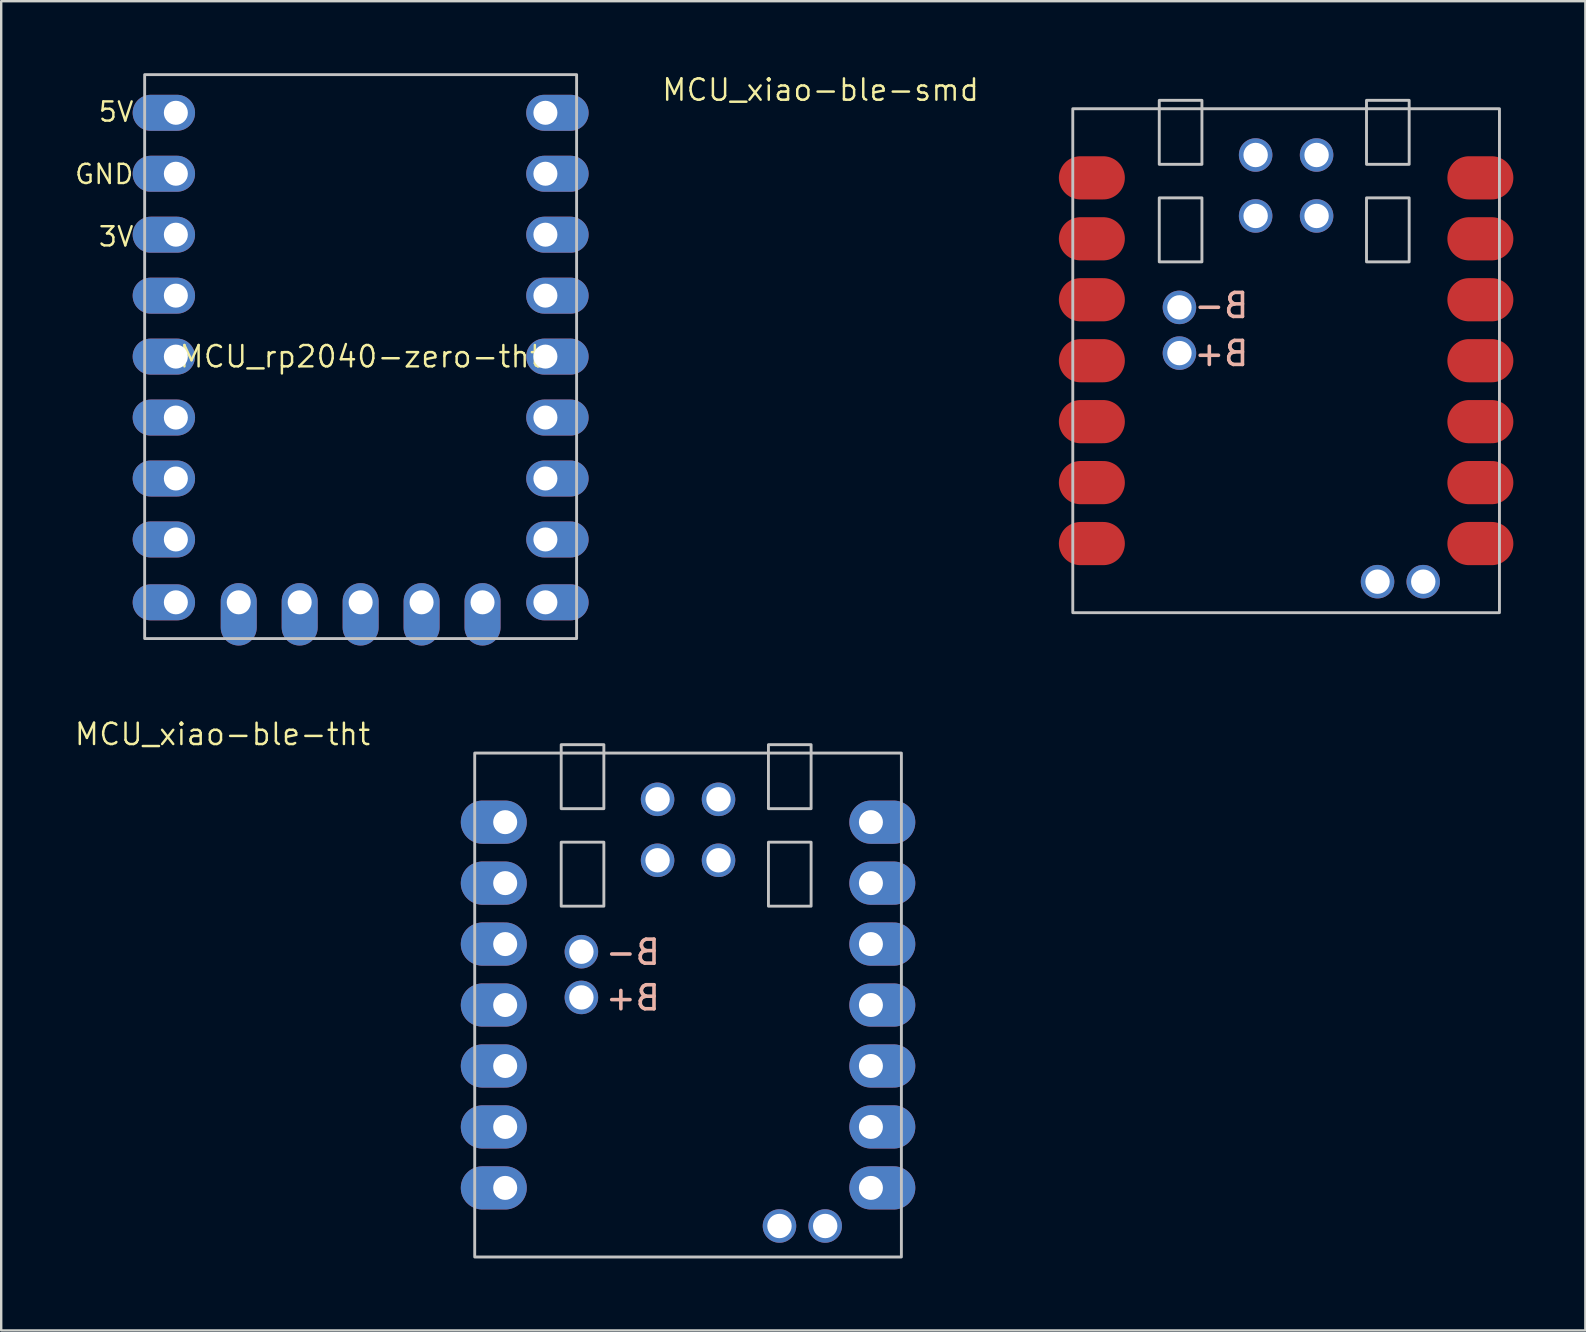
<source format=kicad_pcb>
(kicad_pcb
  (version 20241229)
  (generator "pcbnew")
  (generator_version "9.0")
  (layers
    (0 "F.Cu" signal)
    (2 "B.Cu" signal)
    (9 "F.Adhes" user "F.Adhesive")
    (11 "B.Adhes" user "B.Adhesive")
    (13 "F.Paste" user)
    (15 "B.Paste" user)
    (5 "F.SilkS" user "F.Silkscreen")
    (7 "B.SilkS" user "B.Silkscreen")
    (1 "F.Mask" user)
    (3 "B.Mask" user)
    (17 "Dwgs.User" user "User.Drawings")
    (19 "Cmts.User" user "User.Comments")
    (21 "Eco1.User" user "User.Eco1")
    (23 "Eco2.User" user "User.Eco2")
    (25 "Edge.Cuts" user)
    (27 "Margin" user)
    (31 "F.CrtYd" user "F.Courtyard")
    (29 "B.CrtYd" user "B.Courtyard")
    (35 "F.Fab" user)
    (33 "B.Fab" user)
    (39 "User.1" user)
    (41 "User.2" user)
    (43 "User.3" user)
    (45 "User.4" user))
  (footprint "MCU_xiao-ble-tht"
    (layer "F.Cu")
    (at 25.622 38.831)
    (property "Reference" "MCU_xiao-ble-tht" (at -19.399 -11.283 0) (layer "F.SilkS") (effects (font (size 0.889 0.889) (thickness 0.102))))
    (attr smd exclude_from_pos_files)
    (fp_rect (start -8.89 10.5) (end 8.89 -10.5) (stroke (width 0.12) (type solid)) (fill no) (layer "Dwgs.User"))
    (fp_rect (start -5.286 -6.786) (end -3.508 -4.119) (stroke (width 0.12) (type solid)) (fill no) (layer "Dwgs.User"))
    (fp_rect (start -3.508 -8.183) (end -5.286 -10.85) (stroke (width 0.12) (type solid)) (fill no) (layer "Dwgs.User"))
    (fp_rect (start 3.35 -10.85) (end 5.128 -8.183) (stroke (width 0.12) (type solid)) (fill no) (layer "Dwgs.User"))
    (fp_rect (start 3.35 -6.786) (end 5.128 -4.119) (stroke (width 0.12) (type solid)) (fill no) (layer "Dwgs.User"))
    (fp_text user "B+" (at -2.3 -0.3 0) (unlocked yes) (layer "B.SilkS") (effects (font (size 1 1) (thickness 0.15)) (justify mirror)))
    (fp_text user "B-" (at -2.3 -2.2 0) (unlocked yes) (layer "B.SilkS") (effects (font (size 1 1) (thickness 0.15)) (justify mirror)))
    (pad "1" thru_hole oval (at -7.62 -7.62) (size 2.75 1.8) (drill 1 (offset -0.475 0)) (layers "*.Cu" "*.Mask"))
    (pad "2" thru_hole oval (at -7.62 -5.08) (size 2.75 1.8) (drill 1 (offset -0.475 0)) (layers "*.Cu" "*.Mask"))
    (pad "3" thru_hole oval (at -7.62 -2.54) (size 2.75 1.8) (drill 1 (offset -0.475 0)) (layers "*.Cu" "*.Mask"))
    (pad "4" thru_hole oval (at -7.62 0) (size 2.75 1.8) (drill 1 (offset -0.475 0)) (layers "*.Cu" "*.Mask"))
    (pad "5" thru_hole oval (at -7.62 2.54) (size 2.75 1.8) (drill 1 (offset -0.475 0)) (layers "*.Cu" "*.Mask"))
    (pad "6" thru_hole oval (at -7.62 5.08) (size 2.75 1.8) (drill 1 (offset -0.475 0)) (layers "*.Cu" "*.Mask"))
    (pad "7" thru_hole oval (at -7.62 7.62) (size 2.75 1.8) (drill 1 (offset -0.475 0)) (layers "*.Cu" "*.Mask"))
    (pad "8" thru_hole oval (at 7.62 7.62 180) (size 2.75 1.8) (drill 1 (offset -0.475 0)) (layers "*.Cu" "*.Mask"))
    (pad "9" thru_hole oval (at 7.62 5.08 180) (size 2.75 1.8) (drill 1 (offset -0.475 0)) (layers "*.Cu" "*.Mask"))
    (pad "10" thru_hole oval (at 7.62 2.54 180) (size 2.75 1.8) (drill 1 (offset -0.475 0)) (layers "*.Cu" "*.Mask"))
    (pad "11" thru_hole oval (at 7.62 0 180) (size 2.75 1.8) (drill 1 (offset -0.475 0)) (layers "*.Cu" "*.Mask"))
    (pad "12" thru_hole oval (at 7.62 -2.54 180) (size 2.75 1.8) (drill 1 (offset -0.475 0)) (layers "*.Cu" "*.Mask"))
    (pad "13" thru_hole oval (at 7.62 -5.08 180) (size 2.75 1.8) (drill 1 (offset -0.475 0)) (layers "*.Cu" "*.Mask"))
    (pad "14" thru_hole oval (at 7.62 -7.62 180) (size 2.75 1.8) (drill 1 (offset -0.475 0)) (layers "*.Cu" "*.Mask"))
    (pad "15" thru_hole circle (at -1.27 -8.572 90) (size 1.397 1.397) (drill 1.016) (layers "*.Cu" "*.Mask"))
    (pad "16" thru_hole circle (at 1.27 -8.572 90) (size 1.397 1.397) (drill 1.016) (layers "*.Cu" "*.Mask"))
    (pad "17" thru_hole circle (at -1.27 -6.032 90) (size 1.397 1.397) (drill 1.016) (layers "*.Cu" "*.Mask"))
    (pad "18" thru_hole circle (at 1.27 -6.032 90) (size 1.397 1.397) (drill 1.016) (layers "*.Cu" "*.Mask"))
    (pad "19" thru_hole circle (at -4.445 -0.317 180) (size 1.397 1.397) (drill 1.016) (layers "*.Cu" "*.Mask"))
    (pad "20" thru_hole circle (at -4.445 -2.222 180) (size 1.397 1.397) (drill 1.016) (layers "*.Cu" "*.Mask"))
    (pad "21" thru_hole circle (at 3.81 9.208 180) (size 1.397 1.397) (drill 1.016) (layers "*.Cu" "*.Mask"))
    (pad "22" thru_hole circle (at 5.715 9.208 180) (size 1.397 1.397) (drill 1.016) (layers "*.Cu" "*.Mask")))
  (footprint "MCU_xiao-ble-smd"
    (layer "F.Cu")
    (at 50.544 11.981)
    (property "Reference" "MCU_xiao-ble-smd" (at -19.399 -11.283 0) (layer "F.SilkS") (effects (font (size 0.889 0.889) (thickness 0.102))))
    (attr smd exclude_from_pos_files)
    (fp_rect (start -8.89 10.5) (end 8.89 -10.5) (stroke (width 0.12) (type solid)) (fill no) (layer "Dwgs.User"))
    (fp_rect (start -5.286 -6.786) (end -3.508 -4.119) (stroke (width 0.12) (type solid)) (fill no) (layer "Dwgs.User"))
    (fp_rect (start -3.508 -8.183) (end -5.286 -10.85) (stroke (width 0.12) (type solid)) (fill no) (layer "Dwgs.User"))
    (fp_rect (start 3.35 -10.85) (end 5.128 -8.183) (stroke (width 0.12) (type solid)) (fill no) (layer "Dwgs.User"))
    (fp_rect (start 3.35 -6.786) (end 5.128 -4.119) (stroke (width 0.12) (type solid)) (fill no) (layer "Dwgs.User"))
    (fp_text user "B-" (at -2.7 -2.3 0) (unlocked yes) (layer "B.SilkS") (effects (font (size 1 1) (thickness 0.15)) (justify mirror)))
    (fp_text user "B+" (at -2.7 -0.3 0) (unlocked yes) (layer "B.SilkS") (effects (font (size 1 1) (thickness 0.15)) (justify mirror)))
    (pad "1" smd oval (at -8.57 -7.62 180) (size 2.75 1.8) (drill (offset -0.475 0)) (layers "F.Cu" "F.Mask" "F.Paste"))
    (pad "2" smd oval (at -8.57 -5.08 180) (size 2.75 1.8) (drill (offset -0.475 0)) (layers "F.Cu" "F.Mask" "F.Paste"))
    (pad "3" smd oval (at -8.57 -2.54 180) (size 2.75 1.8) (drill (offset -0.475 0)) (layers "F.Cu" "F.Mask" "F.Paste"))
    (pad "4" smd oval (at -8.57 0 180) (size 2.75 1.8) (drill (offset -0.475 0)) (layers "F.Cu" "F.Mask" "F.Paste"))
    (pad "5" smd oval (at -8.57 2.54 180) (size 2.75 1.8) (drill (offset -0.475 0)) (layers "F.Cu" "F.Mask" "F.Paste"))
    (pad "6" smd oval (at -8.57 5.08 180) (size 2.75 1.8) (drill (offset -0.475 0)) (layers "F.Cu" "F.Mask" "F.Paste"))
    (pad "7" smd oval (at -8.57 7.62 180) (size 2.75 1.8) (drill (offset -0.475 0)) (layers "F.Cu" "F.Mask" "F.Paste"))
    (pad "8" smd oval (at 8.57 7.62) (size 2.75 1.8) (drill (offset -0.475 0)) (layers "F.Cu" "F.Mask" "F.Paste"))
    (pad "9" smd oval (at 8.57 5.08) (size 2.75 1.8) (drill (offset -0.475 0)) (layers "F.Cu" "F.Mask" "F.Paste"))
    (pad "10" smd oval (at 8.57 2.54) (size 2.75 1.8) (drill (offset -0.475 0)) (layers "F.Cu" "F.Mask" "F.Paste"))
    (pad "11" smd oval (at 8.57 0) (size 2.75 1.8) (drill (offset -0.475 0)) (layers "F.Cu" "F.Mask" "F.Paste"))
    (pad "12" smd oval (at 8.57 -2.54) (size 2.75 1.8) (drill (offset -0.475 0)) (layers "F.Cu" "F.Mask" "F.Paste"))
    (pad "13" smd oval (at 8.57 -5.08) (size 2.75 1.8) (drill (offset -0.475 0)) (layers "F.Cu" "F.Mask" "F.Paste"))
    (pad "14" smd oval (at 8.57 -7.62) (size 2.75 1.8) (drill (offset -0.475 0)) (layers "F.Cu" "F.Mask" "F.Paste"))
    (pad "15" thru_hole circle (at -1.27 -8.572 90) (size 1.397 1.397) (drill 1.016) (layers "*.Cu" "*.Mask"))
    (pad "16" thru_hole circle (at 1.27 -8.572 90) (size 1.397 1.397) (drill 1.016) (layers "*.Cu" "*.Mask"))
    (pad "17" thru_hole circle (at -1.27 -6.032 90) (size 1.397 1.397) (drill 1.016) (layers "*.Cu" "*.Mask"))
    (pad "18" thru_hole circle (at 1.27 -6.032 90) (size 1.397 1.397) (drill 1.016) (layers "*.Cu" "*.Mask"))
    (pad "19" thru_hole circle (at -4.445 -0.317 180) (size 1.397 1.397) (drill 1.016) (layers "*.Cu" "*.Mask"))
    (pad "20" thru_hole circle (at -4.445 -2.222 180) (size 1.397 1.397) (drill 1.016) (layers "*.Cu" "*.Mask"))
    (pad "21" thru_hole circle (at 3.81 9.208 180) (size 1.397 1.397) (drill 1.016) (layers "*.Cu" "*.Mask"))
    (pad "22" thru_hole circle (at 5.715 9.208 180) (size 1.397 1.397) (drill 1.016) (layers "*.Cu" "*.Mask")))
  (footprint "MCU_rp2040-zero-tht"
    (layer "F.Cu")
    (at 11.978 11.81)
    (property "Reference" "MCU_rp2040-zero-tht" (at 0 0 0) (layer "F.SilkS") (effects (font (size 0.889 0.889) (thickness 0.102))))
    (attr through_hole exclude_from_pos_files)
    (fp_rect (start -9 -11.75) (end 9 11.75) (stroke (width 0.12) (type solid)) (fill no) (layer "Dwgs.User"))
    (fp_rect (start -5.3 -11) (end 5.3 8.8) (stroke (width 0.1) (type default)) (fill no) (layer "Eco1.User"))
    (fp_text user "GND" (at -9.4 -7.6 0) (unlocked yes) (layer "F.SilkS") (effects (font (size 0.8 0.8) (thickness 0.1)) (justify right)))
    (fp_text user "3V" (at -9.4 -5 0) (unlocked yes) (layer "F.SilkS") (effects (font (size 0.8 0.8) (thickness 0.1)) (justify right)))
    (fp_text user "5V" (at -9.4 -10.2 0) (unlocked yes) (layer "F.SilkS") (effects (font (size 0.8 0.8) (thickness 0.1)) (justify right)))
    (pad "1" thru_hole oval (at 7.7 -10.16 180) (size 2.6 1.5) (drill 1 (offset -0.5 0)) (layers "*.Cu" "*.Mask"))
    (pad "2" thru_hole oval (at 7.7 -7.62 180) (size 2.6 1.5) (drill 1 (offset -0.5 0)) (layers "*.Cu" "*.Mask"))
    (pad "3" thru_hole oval (at 7.7 -5.08 180) (size 2.6 1.5) (drill 1 (offset -0.5 0)) (layers "*.Cu" "*.Mask"))
    (pad "4" thru_hole oval (at 7.7 -2.54 180) (size 2.6 1.5) (drill 1 (offset -0.5 0)) (layers "*.Cu" "*.Mask"))
    (pad "5" thru_hole oval (at 7.7 0 180) (size 2.6 1.5) (drill 1 (offset -0.5 0)) (layers "*.Cu" "*.Mask"))
    (pad "6" thru_hole oval (at 7.7 2.54 180) (size 2.6 1.5) (drill 1 (offset -0.5 0)) (layers "*.Cu" "*.Mask"))
    (pad "7" thru_hole oval (at 7.7 5.08 180) (size 2.6 1.5) (drill 1 (offset -0.5 0)) (layers "*.Cu" "*.Mask"))
    (pad "8" thru_hole oval (at 7.7 7.62 180) (size 2.6 1.5) (drill 1 (offset -0.5 0)) (layers "*.Cu" "*.Mask"))
    (pad "9" thru_hole oval (at 7.7 10.24 180) (size 2.6 1.5) (drill 1 (offset -0.5 0)) (layers "*.Cu" "*.Mask"))
    (pad "10" thru_hole oval (at 5.08 10.24 90) (size 2.6 1.5) (drill 1 (offset -0.5 0)) (layers "*.Cu" "*.Mask"))
    (pad "11" thru_hole oval (at 2.54 10.24 90) (size 2.6 1.5) (drill 1 (offset -0.5 0)) (layers "*.Cu" "*.Mask"))
    (pad "12" thru_hole oval (at 0 10.24 90) (size 2.6 1.5) (drill 1 (offset -0.5 0)) (layers "*.Cu" "*.Mask"))
    (pad "13" thru_hole oval (at -2.54 10.24 90) (size 2.6 1.5) (drill 1 (offset -0.5 0)) (layers "*.Cu" "*.Mask"))
    (pad "14" thru_hole oval (at -5.08 10.24 90) (size 2.6 1.5) (drill 1 (offset -0.5 0)) (layers "*.Cu" "*.Mask"))
    (pad "15" thru_hole oval (at -7.7 10.24) (size 2.6 1.5) (drill 1 (offset -0.5 0)) (layers "*.Cu" "*.Mask"))
    (pad "16" thru_hole oval (at -7.7 7.62) (size 2.6 1.5) (drill 1 (offset -0.5 0)) (layers "*.Cu" "*.Mask"))
    (pad "17" thru_hole oval (at -7.7 5.08) (size 2.6 1.5) (drill 1 (offset -0.5 0)) (layers "*.Cu" "*.Mask"))
    (pad "18" thru_hole oval (at -7.7 2.54) (size 2.6 1.5) (drill 1 (offset -0.5 0)) (layers "*.Cu" "*.Mask"))
    (pad "19" thru_hole oval (at -7.7 0) (size 2.6 1.5) (drill 1 (offset -0.5 0)) (layers "*.Cu" "*.Mask"))
    (pad "20" thru_hole oval (at -7.7 -2.54) (size 2.6 1.5) (drill 1 (offset -0.5 0)) (layers "*.Cu" "*.Mask"))
    (pad "21" thru_hole oval (at -7.7 -5.08) (size 2.6 1.5) (drill 1 (offset -0.5 0)) (layers "*.Cu" "*.Mask"))
    (pad "22" thru_hole oval (at -7.7 -7.62) (size 2.6 1.5) (drill 1 (offset -0.5 0)) (layers "*.Cu" "*.Mask"))
    (pad "23" thru_hole oval (at -7.7 -10.16) (size 2.6 1.5) (drill 1 (offset -0.5 0)) (layers "*.Cu" "*.Mask")))
  (gr_rect
    (start -3 -3)
    (end 63.014 52.391)
    (stroke (width 0.1) (type default))
    (fill no)
    (layer "Edge.Cuts")))
</source>
